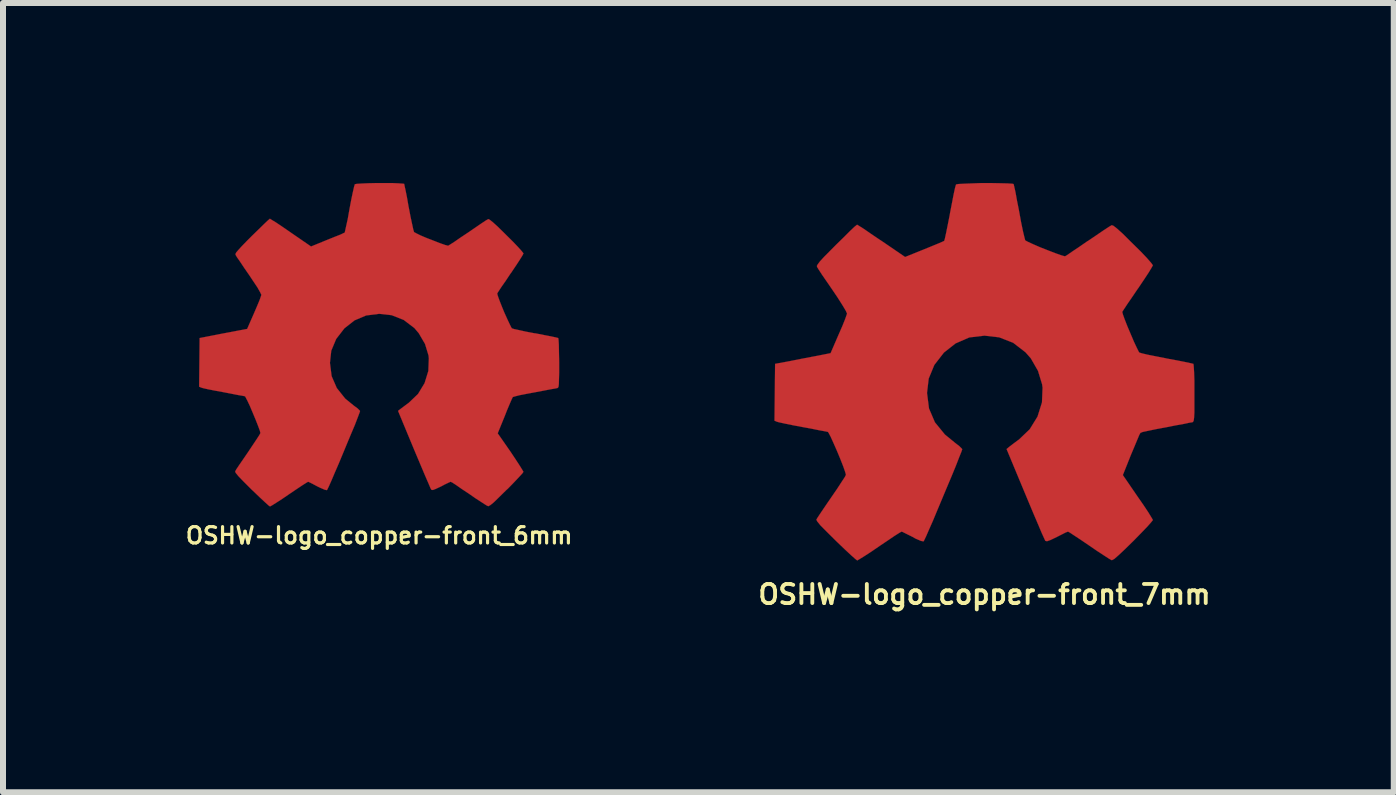
<source format=kicad_pcb>
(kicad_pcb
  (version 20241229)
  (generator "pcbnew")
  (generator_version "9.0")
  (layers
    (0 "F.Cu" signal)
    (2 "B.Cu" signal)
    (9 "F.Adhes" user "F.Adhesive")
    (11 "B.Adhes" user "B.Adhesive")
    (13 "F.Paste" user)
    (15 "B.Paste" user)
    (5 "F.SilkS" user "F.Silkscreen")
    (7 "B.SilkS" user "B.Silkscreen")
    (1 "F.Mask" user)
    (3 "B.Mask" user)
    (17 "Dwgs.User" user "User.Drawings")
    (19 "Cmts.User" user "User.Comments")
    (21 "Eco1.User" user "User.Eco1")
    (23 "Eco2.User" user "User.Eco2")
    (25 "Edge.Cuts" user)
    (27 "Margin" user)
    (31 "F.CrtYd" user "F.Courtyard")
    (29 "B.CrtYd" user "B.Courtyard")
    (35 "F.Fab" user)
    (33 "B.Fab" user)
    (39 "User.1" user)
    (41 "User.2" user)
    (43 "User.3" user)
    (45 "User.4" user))
  (footprint "OSHW-logo_copper-front_6mm"
    (layer "F.Cu")
    (at 3.269 2.696)
    (property "Reference" "OSHW-logo_copper-front_6mm" (at 0 3.18 0) (layer "F.SilkS") (effects (font (size 0.272 0.272) (thickness 0.053))))
    (attr through_hole)
    (fp_poly (pts (xy -1.819 2.695) (xy -1.786 2.677) (xy -1.717 2.634) (xy -1.615 2.568) (xy -1.499 2.489) (xy -1.379 2.408) (xy -1.28 2.342) (xy -1.212 2.299) (xy -1.184 2.283) (xy -1.168 2.289) (xy -1.113 2.316) (xy -1.031 2.36) (xy -0.983 2.383) (xy -0.907 2.416) (xy -0.871 2.423) (xy -0.864 2.413) (xy -0.836 2.355) (xy -0.792 2.256) (xy -0.737 2.126) (xy -0.671 1.974) (xy -0.602 1.808) (xy -0.533 1.641) (xy -0.467 1.483) (xy -0.406 1.339) (xy -0.361 1.222) (xy -0.33 1.14) (xy -0.318 1.105) (xy -0.323 1.097) (xy -0.358 1.062) (xy -0.424 1.013) (xy -0.566 0.897) (xy -0.706 0.721) (xy -0.792 0.523) (xy -0.82 0.302) (xy -0.798 0.099) (xy -0.716 -0.097) (xy -0.579 -0.274) (xy -0.411 -0.406) (xy -0.218 -0.488) (xy 0 -0.516) (xy 0.208 -0.493) (xy 0.409 -0.414) (xy 0.587 -0.279) (xy 0.66 -0.193) (xy 0.765 -0.013) (xy 0.823 0.178) (xy 0.828 0.226) (xy 0.82 0.437) (xy 0.757 0.64) (xy 0.648 0.82) (xy 0.493 0.968) (xy 0.472 0.983) (xy 0.401 1.036) (xy 0.353 1.072) (xy 0.315 1.102) (xy 0.584 1.75) (xy 0.627 1.852) (xy 0.701 2.027) (xy 0.765 2.179) (xy 0.818 2.301) (xy 0.853 2.383) (xy 0.869 2.416) (xy 0.871 2.416) (xy 0.894 2.421) (xy 0.942 2.403) (xy 1.034 2.36) (xy 1.092 2.329) (xy 1.161 2.296) (xy 1.191 2.283) (xy 1.219 2.296) (xy 1.285 2.339) (xy 1.379 2.405) (xy 1.496 2.482) (xy 1.605 2.558) (xy 1.707 2.624) (xy 1.781 2.672) (xy 1.816 2.69) (xy 1.821 2.69) (xy 1.854 2.672) (xy 1.913 2.624) (xy 1.999 2.54) (xy 2.123 2.418) (xy 2.144 2.4) (xy 2.245 2.296) (xy 2.329 2.207) (xy 2.385 2.146) (xy 2.405 2.118) (xy 2.385 2.083) (xy 2.339 2.009) (xy 2.273 1.908) (xy 2.192 1.786) (xy 1.976 1.476) (xy 2.095 1.184) (xy 2.131 1.092) (xy 2.177 0.983) (xy 2.21 0.907) (xy 2.228 0.871) (xy 2.261 0.861) (xy 2.339 0.841) (xy 2.456 0.818) (xy 2.596 0.792) (xy 2.728 0.767) (xy 2.847 0.744) (xy 2.934 0.729) (xy 2.972 0.721) (xy 2.982 0.714) (xy 2.99 0.696) (xy 2.995 0.655) (xy 2.997 0.582) (xy 3 0.467) (xy 3 0.302) (xy 3 0.284) (xy 2.997 0.127) (xy 2.995 0.003) (xy 2.99 -0.079) (xy 2.985 -0.112) (xy 2.946 -0.122) (xy 2.863 -0.14) (xy 2.743 -0.163) (xy 2.601 -0.191) (xy 2.591 -0.191) (xy 2.449 -0.218) (xy 2.332 -0.244) (xy 2.248 -0.262) (xy 2.212 -0.274) (xy 2.205 -0.284) (xy 2.177 -0.34) (xy 2.136 -0.427) (xy 2.088 -0.533) (xy 2.042 -0.645) (xy 2.002 -0.747) (xy 1.976 -0.82) (xy 1.968 -0.856) (xy 1.989 -0.889) (xy 2.037 -0.963) (xy 2.108 -1.064) (xy 2.189 -1.186) (xy 2.197 -1.196) (xy 2.278 -1.316) (xy 2.344 -1.417) (xy 2.388 -1.488) (xy 2.405 -1.521) (xy 2.405 -1.524) (xy 2.377 -1.56) (xy 2.316 -1.628) (xy 2.228 -1.72) (xy 2.123 -1.824) (xy 2.09 -1.857) (xy 1.974 -1.971) (xy 1.892 -2.045) (xy 1.841 -2.085) (xy 1.819 -2.095) (xy 1.816 -2.093) (xy 1.781 -2.073) (xy 1.704 -2.022) (xy 1.603 -1.953) (xy 1.481 -1.869) (xy 1.473 -1.864) (xy 1.351 -1.783) (xy 1.252 -1.714) (xy 1.181 -1.669) (xy 1.151 -1.651) (xy 1.146 -1.651) (xy 1.097 -1.664) (xy 1.011 -1.694) (xy 0.907 -1.735) (xy 0.795 -1.778) (xy 0.693 -1.821) (xy 0.62 -1.857) (xy 0.584 -1.877) (xy 0.582 -1.877) (xy 0.569 -1.92) (xy 0.549 -2.012) (xy 0.523 -2.134) (xy 0.495 -2.281) (xy 0.49 -2.304) (xy 0.465 -2.449) (xy 0.442 -2.565) (xy 0.424 -2.647) (xy 0.417 -2.682) (xy 0.396 -2.685) (xy 0.325 -2.69) (xy 0.218 -2.695) (xy 0.089 -2.695) (xy -0.046 -2.695) (xy -0.178 -2.692) (xy -0.29 -2.687) (xy -0.371 -2.682) (xy -0.406 -2.675) (xy -0.406 -2.672) (xy -0.419 -2.629) (xy -0.439 -2.54) (xy -0.465 -2.416) (xy -0.493 -2.268) (xy -0.498 -2.24) (xy -0.523 -2.098) (xy -0.549 -1.981) (xy -0.566 -1.902) (xy -0.574 -1.869) (xy -0.587 -1.864) (xy -0.645 -1.836) (xy -0.742 -1.798) (xy -0.861 -1.75) (xy -1.135 -1.638) (xy -1.471 -1.869) (xy -1.501 -1.89) (xy -1.623 -1.974) (xy -1.722 -2.04) (xy -1.793 -2.083) (xy -1.821 -2.101) (xy -1.824 -2.098) (xy -1.857 -2.07) (xy -1.923 -2.007) (xy -2.014 -1.918) (xy -2.121 -1.814) (xy -2.2 -1.735) (xy -2.291 -1.641) (xy -2.349 -1.577) (xy -2.383 -1.537) (xy -2.395 -1.511) (xy -2.39 -1.494) (xy -2.37 -1.46) (xy -2.319 -1.387) (xy -2.25 -1.283) (xy -2.169 -1.166) (xy -2.101 -1.064) (xy -2.027 -0.953) (xy -1.981 -0.871) (xy -1.963 -0.833) (xy -1.968 -0.815) (xy -1.991 -0.749) (xy -2.032 -0.65) (xy -2.083 -0.531) (xy -2.2 -0.264) (xy -2.375 -0.231) (xy -2.479 -0.211) (xy -2.629 -0.183) (xy -2.771 -0.155) (xy -2.992 -0.112) (xy -3 0.699) (xy -2.964 0.714) (xy -2.931 0.724) (xy -2.85 0.742) (xy -2.733 0.765) (xy -2.596 0.79) (xy -2.477 0.813) (xy -2.36 0.836) (xy -2.273 0.851) (xy -2.235 0.859) (xy -2.228 0.871) (xy -2.197 0.93) (xy -2.154 1.021) (xy -2.108 1.13) (xy -2.06 1.245) (xy -2.019 1.349) (xy -1.989 1.43) (xy -1.979 1.471) (xy -1.994 1.501) (xy -2.04 1.572) (xy -2.106 1.671) (xy -2.184 1.788) (xy -2.266 1.908) (xy -2.334 2.007) (xy -2.383 2.08) (xy -2.4 2.113) (xy -2.39 2.136) (xy -2.344 2.192) (xy -2.256 2.283) (xy -2.123 2.416) (xy -2.101 2.436) (xy -1.996 2.537) (xy -1.908 2.619) (xy -1.847 2.675) (xy -1.819 2.695)) (stroke (width 0.003) (type solid)) (fill yes) (layer "F.Cu")))
  (footprint "OSHW-logo_copper-front_7mm"
    (layer "F.Cu")
    (at 13.358 3.146)
    (property "Reference" "OSHW-logo_copper-front_7mm" (at 0 3.711 0) (layer "F.SilkS") (effects (font (size 0.318 0.318) (thickness 0.064))))
    (attr through_hole)
    (fp_poly (pts (xy -2.121 3.145) (xy -2.085 3.124) (xy -2.002 3.073) (xy -1.885 2.997) (xy -1.748 2.903) (xy -1.608 2.809) (xy -1.496 2.733) (xy -1.415 2.682) (xy -1.382 2.664) (xy -1.364 2.67) (xy -1.298 2.703) (xy -1.201 2.751) (xy -1.148 2.781) (xy -1.059 2.819) (xy -1.016 2.827) (xy -1.008 2.814) (xy -0.975 2.746) (xy -0.925 2.631) (xy -0.859 2.482) (xy -0.785 2.304) (xy -0.704 2.111) (xy -0.622 1.915) (xy -0.544 1.73) (xy -0.475 1.562) (xy -0.422 1.425) (xy -0.384 1.331) (xy -0.371 1.29) (xy -0.376 1.283) (xy -0.419 1.24) (xy -0.495 1.181) (xy -0.66 1.046) (xy -0.826 0.843) (xy -0.925 0.612) (xy -0.958 0.353) (xy -0.93 0.114) (xy -0.836 -0.114) (xy -0.676 -0.32) (xy -0.483 -0.472) (xy -0.254 -0.572) (xy 0 -0.602) (xy 0.244 -0.574) (xy 0.478 -0.483) (xy 0.683 -0.325) (xy 0.772 -0.224) (xy 0.892 -0.015) (xy 0.96 0.208) (xy 0.968 0.264) (xy 0.958 0.511) (xy 0.884 0.747) (xy 0.754 0.958) (xy 0.574 1.13) (xy 0.551 1.146) (xy 0.467 1.209) (xy 0.411 1.252) (xy 0.368 1.288) (xy 0.681 2.04) (xy 0.732 2.162) (xy 0.818 2.367) (xy 0.894 2.545) (xy 0.953 2.685) (xy 0.996 2.779) (xy 1.013 2.817) (xy 1.016 2.819) (xy 1.044 2.824) (xy 1.1 2.804) (xy 1.206 2.753) (xy 1.275 2.718) (xy 1.356 2.677) (xy 1.392 2.664) (xy 1.422 2.68) (xy 1.499 2.731) (xy 1.61 2.804) (xy 1.745 2.896) (xy 1.875 2.985) (xy 1.991 3.061) (xy 2.078 3.117) (xy 2.118 3.139) (xy 2.126 3.139) (xy 2.164 3.119) (xy 2.23 3.061) (xy 2.334 2.964) (xy 2.479 2.822) (xy 2.502 2.799) (xy 2.621 2.677) (xy 2.718 2.576) (xy 2.781 2.504) (xy 2.807 2.471) (xy 2.784 2.431) (xy 2.731 2.344) (xy 2.652 2.225) (xy 2.555 2.085) (xy 2.306 1.722) (xy 2.443 1.379) (xy 2.487 1.275) (xy 2.54 1.148) (xy 2.578 1.057) (xy 2.598 1.019) (xy 2.637 1.003) (xy 2.731 0.983) (xy 2.865 0.955) (xy 3.028 0.925) (xy 3.183 0.894) (xy 3.322 0.869) (xy 3.421 0.848) (xy 3.467 0.841) (xy 3.477 0.833) (xy 3.487 0.813) (xy 3.493 0.765) (xy 3.498 0.681) (xy 3.498 0.546) (xy 3.498 0.353) (xy 3.498 0.333) (xy 3.498 0.147) (xy 3.493 0.003) (xy 3.487 -0.094) (xy 3.482 -0.132) (xy 3.439 -0.142) (xy 3.34 -0.163) (xy 3.2 -0.191) (xy 3.035 -0.221) (xy 3.025 -0.224) (xy 2.857 -0.257) (xy 2.72 -0.284) (xy 2.624 -0.307) (xy 2.581 -0.32) (xy 2.573 -0.33) (xy 2.54 -0.396) (xy 2.492 -0.498) (xy 2.438 -0.625) (xy 2.383 -0.754) (xy 2.337 -0.871) (xy 2.306 -0.958) (xy 2.296 -0.998) (xy 2.322 -1.039) (xy 2.377 -1.123) (xy 2.459 -1.242) (xy 2.555 -1.384) (xy 2.563 -1.394) (xy 2.657 -1.534) (xy 2.736 -1.654) (xy 2.786 -1.737) (xy 2.807 -1.775) (xy 2.804 -1.778) (xy 2.774 -1.819) (xy 2.703 -1.9) (xy 2.601 -2.007) (xy 2.477 -2.129) (xy 2.438 -2.167) (xy 2.304 -2.301) (xy 2.207 -2.388) (xy 2.149 -2.433) (xy 2.121 -2.443) (xy 2.078 -2.418) (xy 1.989 -2.36) (xy 1.869 -2.278) (xy 1.727 -2.182) (xy 1.717 -2.177) (xy 1.577 -2.08) (xy 1.46 -2.002) (xy 1.379 -1.946) (xy 1.344 -1.925) (xy 1.336 -1.925) (xy 1.28 -1.941) (xy 1.181 -1.976) (xy 1.057 -2.024) (xy 0.927 -2.075) (xy 0.81 -2.126) (xy 0.721 -2.167) (xy 0.681 -2.189) (xy 0.678 -2.192) (xy 0.665 -2.243) (xy 0.64 -2.347) (xy 0.61 -2.492) (xy 0.579 -2.662) (xy 0.574 -2.69) (xy 0.541 -2.855) (xy 0.516 -2.995) (xy 0.495 -3.089) (xy 0.485 -3.129) (xy 0.462 -3.134) (xy 0.381 -3.139) (xy 0.257 -3.142) (xy 0.104 -3.145) (xy -0.053 -3.145) (xy -0.208 -3.139) (xy -0.34 -3.134) (xy -0.434 -3.129) (xy -0.472 -3.122) (xy -0.475 -3.119) (xy -0.49 -3.068) (xy -0.513 -2.962) (xy -0.541 -2.817) (xy -0.574 -2.647) (xy -0.579 -2.616) (xy -0.612 -2.449) (xy -0.64 -2.311) (xy -0.66 -2.22) (xy -0.671 -2.182) (xy -0.686 -2.174) (xy -0.754 -2.144) (xy -0.866 -2.098) (xy -1.003 -2.042) (xy -1.323 -1.913) (xy -1.717 -2.182) (xy -1.753 -2.205) (xy -1.895 -2.301) (xy -2.009 -2.38) (xy -2.09 -2.431) (xy -2.123 -2.451) (xy -2.126 -2.449) (xy -2.167 -2.416) (xy -2.245 -2.342) (xy -2.349 -2.238) (xy -2.474 -2.116) (xy -2.565 -2.024) (xy -2.675 -1.913) (xy -2.743 -1.839) (xy -2.779 -1.791) (xy -2.794 -1.763) (xy -2.789 -1.745) (xy -2.764 -1.704) (xy -2.708 -1.618) (xy -2.626 -1.499) (xy -2.53 -1.359) (xy -2.451 -1.242) (xy -2.367 -1.11) (xy -2.311 -1.016) (xy -2.291 -0.97) (xy -2.296 -0.953) (xy -2.324 -0.874) (xy -2.37 -0.759) (xy -2.431 -0.62) (xy -2.565 -0.31) (xy -2.771 -0.269) (xy -2.893 -0.246) (xy -3.066 -0.213) (xy -3.231 -0.18) (xy -3.49 -0.132) (xy -3.5 0.815) (xy -3.459 0.833) (xy -3.421 0.843) (xy -3.325 0.864) (xy -3.188 0.892) (xy -3.028 0.922) (xy -2.891 0.947) (xy -2.753 0.975) (xy -2.654 0.993) (xy -2.609 1.003) (xy -2.598 1.019) (xy -2.563 1.085) (xy -2.515 1.191) (xy -2.459 1.318) (xy -2.403 1.453) (xy -2.355 1.575) (xy -2.322 1.669) (xy -2.309 1.717) (xy -2.327 1.753) (xy -2.38 1.834) (xy -2.456 1.951) (xy -2.55 2.088) (xy -2.644 2.225) (xy -2.723 2.342) (xy -2.779 2.426) (xy -2.802 2.464) (xy -2.789 2.492) (xy -2.736 2.558) (xy -2.631 2.664) (xy -2.477 2.817) (xy -2.451 2.842) (xy -2.329 2.959) (xy -2.225 3.056) (xy -2.154 3.119) (xy -2.121 3.145)) (stroke (width 0.003) (type solid)) (fill yes) (layer "F.Cu")))
  (gr_rect
    (start -3 -3)
    (end 20.179 10.154)
    (stroke (width 0.1) (type default))
    (fill no)
    (layer "Edge.Cuts")))
</source>
